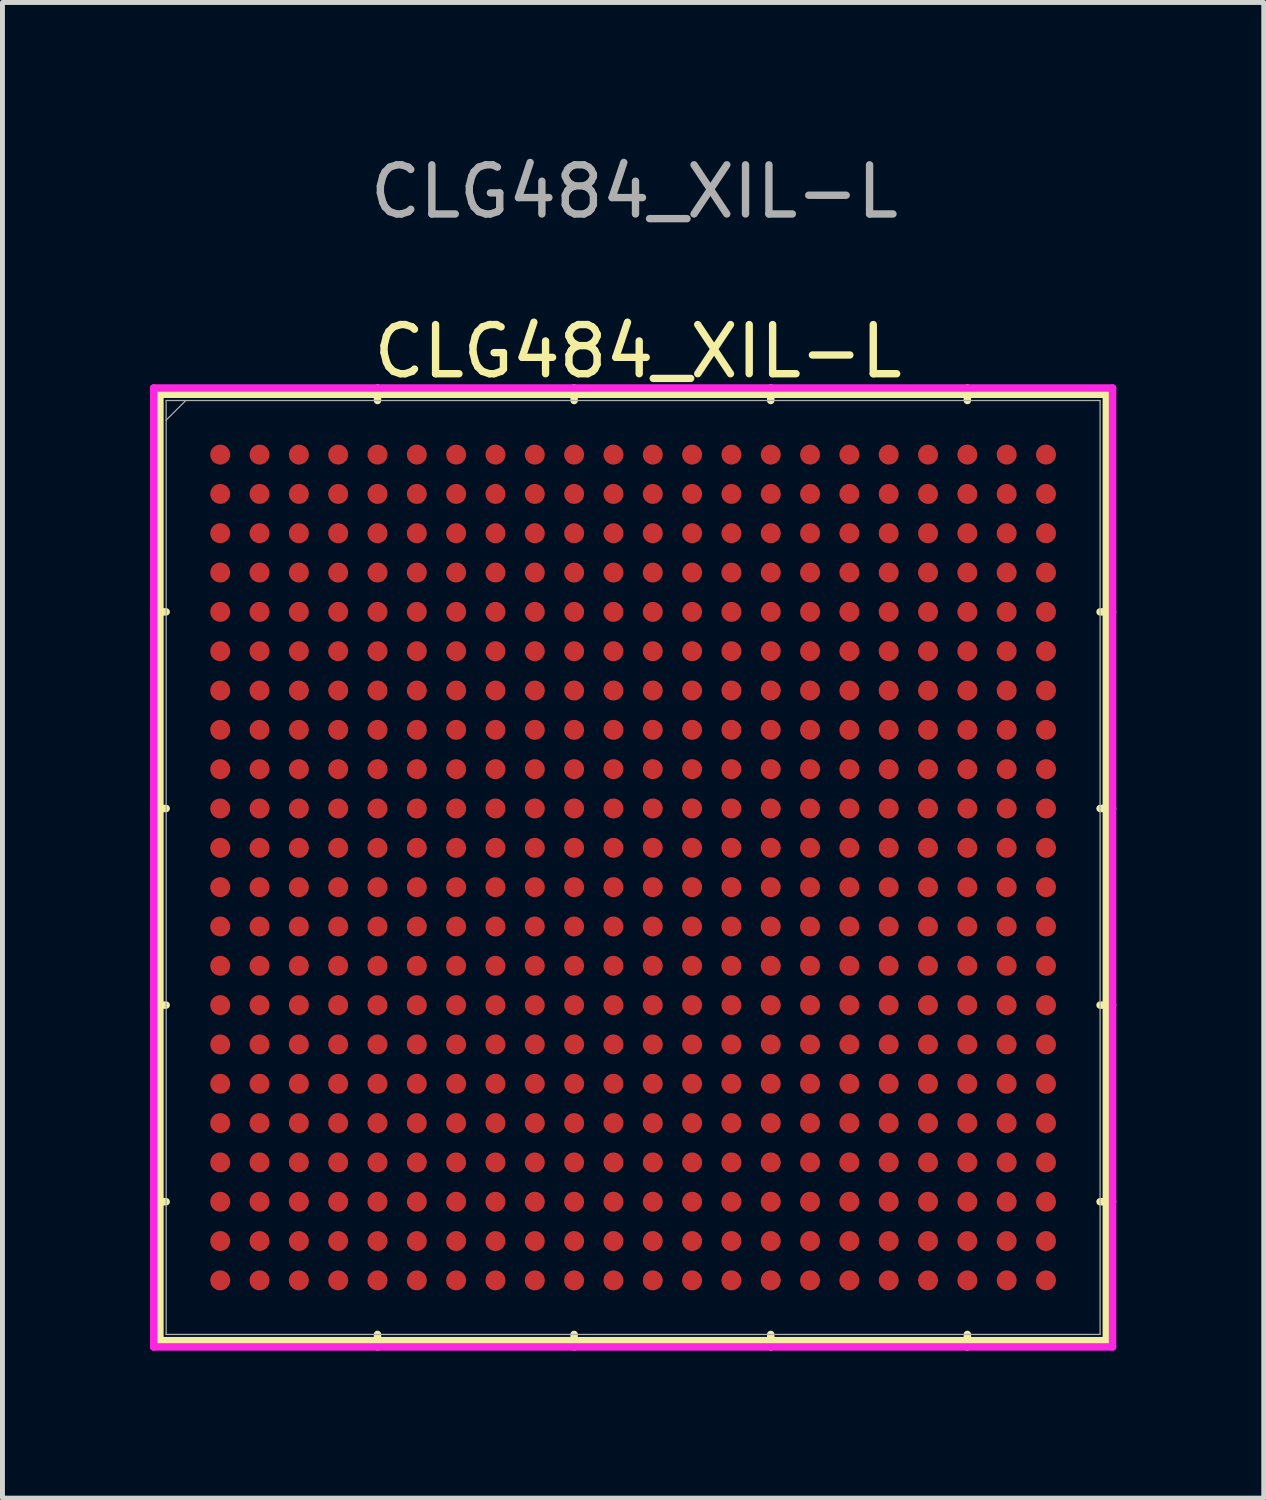
<source format=kicad_pcb>
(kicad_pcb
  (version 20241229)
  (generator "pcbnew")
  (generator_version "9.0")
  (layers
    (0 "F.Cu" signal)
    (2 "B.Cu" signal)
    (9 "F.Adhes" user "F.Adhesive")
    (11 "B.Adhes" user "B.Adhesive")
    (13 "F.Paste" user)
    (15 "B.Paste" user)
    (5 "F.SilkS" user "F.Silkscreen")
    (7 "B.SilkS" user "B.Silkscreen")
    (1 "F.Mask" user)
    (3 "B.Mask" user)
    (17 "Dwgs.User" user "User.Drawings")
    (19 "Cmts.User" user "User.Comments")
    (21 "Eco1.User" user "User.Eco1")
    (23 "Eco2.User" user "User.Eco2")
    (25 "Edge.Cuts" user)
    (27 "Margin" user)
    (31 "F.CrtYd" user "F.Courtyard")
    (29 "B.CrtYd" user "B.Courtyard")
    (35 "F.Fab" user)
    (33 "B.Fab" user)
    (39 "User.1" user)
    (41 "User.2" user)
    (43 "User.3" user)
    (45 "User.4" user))
  (footprint "CLG484_XIL-L"
    (layer "F.Cu")
    (at 9.83 14.598)
    (property "Reference" "CLG484_XIL-L" (at 0.1 -10.5 0) (unlocked yes) (layer "F.SilkS") (effects (font (size 1 1) (thickness 0.15))))
    (attr smd)
    (fp_line (start -9.627 -9.627) (end -9.627 9.627) (stroke (width 0.152) (type solid)) (layer "F.SilkS"))
    (fp_line (start -9.627 9.627) (end 9.627 9.627) (stroke (width 0.152) (type solid)) (layer "F.SilkS"))
    (fp_line (start -9.5 -5.2) (end -9.754 -5.2) (stroke (width 0.152) (type solid)) (layer "F.SilkS"))
    (fp_line (start -9.5 -1.2) (end -9.754 -1.2) (stroke (width 0.152) (type solid)) (layer "F.SilkS"))
    (fp_line (start -9.5 2.8) (end -9.754 2.8) (stroke (width 0.152) (type solid)) (layer "F.SilkS"))
    (fp_line (start -9.5 6.8) (end -9.754 6.8) (stroke (width 0.152) (type solid)) (layer "F.SilkS"))
    (fp_line (start -5.2 -9.5) (end -5.2 -9.754) (stroke (width 0.152) (type solid)) (layer "F.SilkS"))
    (fp_line (start -5.2 9.5) (end -5.2 9.754) (stroke (width 0.152) (type solid)) (layer "F.SilkS"))
    (fp_line (start -1.2 -9.5) (end -1.2 -9.754) (stroke (width 0.152) (type solid)) (layer "F.SilkS"))
    (fp_line (start -1.2 9.5) (end -1.2 9.754) (stroke (width 0.152) (type solid)) (layer "F.SilkS"))
    (fp_line (start 2.8 -9.5) (end 2.8 -9.754) (stroke (width 0.152) (type solid)) (layer "F.SilkS"))
    (fp_line (start 2.8 9.5) (end 2.8 9.754) (stroke (width 0.152) (type solid)) (layer "F.SilkS"))
    (fp_line (start 6.8 -9.5) (end 6.8 -9.754) (stroke (width 0.152) (type solid)) (layer "F.SilkS"))
    (fp_line (start 6.8 9.5) (end 6.8 9.754) (stroke (width 0.152) (type solid)) (layer "F.SilkS"))
    (fp_line (start 9.5 -5.2) (end 9.754 -5.2) (stroke (width 0.152) (type solid)) (layer "F.SilkS"))
    (fp_line (start 9.5 -1.2) (end 9.754 -1.2) (stroke (width 0.152) (type solid)) (layer "F.SilkS"))
    (fp_line (start 9.5 2.8) (end 9.754 2.8) (stroke (width 0.152) (type solid)) (layer "F.SilkS"))
    (fp_line (start 9.5 6.8) (end 9.754 6.8) (stroke (width 0.152) (type solid)) (layer "F.SilkS"))
    (fp_line (start 9.627 -9.627) (end -9.627 -9.627) (stroke (width 0.152) (type solid)) (layer "F.SilkS"))
    (fp_line (start 9.627 9.627) (end 9.627 -9.627) (stroke (width 0.152) (type solid)) (layer "F.SilkS"))
    (fp_line (start -9.754 -9.754) (end 9.754 -9.754) (stroke (width 0.152) (type solid)) (layer "F.CrtYd"))
    (fp_line (start -9.754 9.754) (end -9.754 -9.754) (stroke (width 0.152) (type solid)) (layer "F.CrtYd"))
    (fp_line (start 9.754 -9.754) (end 9.754 9.754) (stroke (width 0.152) (type solid)) (layer "F.CrtYd"))
    (fp_line (start 9.754 9.754) (end -9.754 9.754) (stroke (width 0.152) (type solid)) (layer "F.CrtYd"))
    (fp_line (start -9.5 -9.5) (end -9.5 9.5) (stroke (width 0.025) (type solid)) (layer "F.Fab"))
    (fp_line (start -9.5 9.5) (end 9.5 9.5) (stroke (width 0.025) (type solid)) (layer "F.Fab"))
    (fp_line (start -9.1 -9.5) (end -9.5 -9.1) (stroke (width 0.025) (type solid)) (layer "F.Fab"))
    (fp_line (start 9.5 -9.5) (end -9.5 -9.5) (stroke (width 0.025) (type solid)) (layer "F.Fab"))
    (fp_line (start 9.5 9.5) (end 9.5 -9.5) (stroke (width 0.025) (type solid)) (layer "F.Fab"))
    (fp_text user "${REFERENCE}" (at 0.025 -13.75 0) (unlocked yes) (layer "F.Fab") (effects (font (size 1 1) (thickness 0.15))))
    (pad "A1" smd circle (at -8.4 -8.4) (size 0.406 0.406) (layers "F.Cu" "F.Mask" "F.Paste"))
    (pad "A2" smd circle (at -7.6 -8.4) (size 0.406 0.406) (layers "F.Cu" "F.Mask" "F.Paste"))
    (pad "A3" smd circle (at -6.8 -8.4) (size 0.406 0.406) (layers "F.Cu" "F.Mask" "F.Paste"))
    (pad "A4" smd circle (at -6 -8.4) (size 0.406 0.406) (layers "F.Cu" "F.Mask" "F.Paste"))
    (pad "A5" smd circle (at -5.2 -8.4) (size 0.406 0.406) (layers "F.Cu" "F.Mask" "F.Paste"))
    (pad "A6" smd circle (at -4.4 -8.4) (size 0.406 0.406) (layers "F.Cu" "F.Mask" "F.Paste"))
    (pad "A7" smd circle (at -3.6 -8.4) (size 0.406 0.406) (layers "F.Cu" "F.Mask" "F.Paste"))
    (pad "A8" smd circle (at -2.8 -8.4) (size 0.406 0.406) (layers "F.Cu" "F.Mask" "F.Paste"))
    (pad "A9" smd circle (at -2 -8.4) (size 0.406 0.406) (layers "F.Cu" "F.Mask" "F.Paste"))
    (pad "A10" smd circle (at -1.2 -8.4) (size 0.406 0.406) (layers "F.Cu" "F.Mask" "F.Paste"))
    (pad "A11" smd circle (at -0.4 -8.4) (size 0.406 0.406) (layers "F.Cu" "F.Mask" "F.Paste"))
    (pad "A12" smd circle (at 0.4 -8.4) (size 0.406 0.406) (layers "F.Cu" "F.Mask" "F.Paste"))
    (pad "A13" smd circle (at 1.2 -8.4) (size 0.406 0.406) (layers "F.Cu" "F.Mask" "F.Paste"))
    (pad "A14" smd circle (at 2 -8.4) (size 0.406 0.406) (layers "F.Cu" "F.Mask" "F.Paste"))
    (pad "A15" smd circle (at 2.8 -8.4) (size 0.406 0.406) (layers "F.Cu" "F.Mask" "F.Paste"))
    (pad "A16" smd circle (at 3.6 -8.4) (size 0.406 0.406) (layers "F.Cu" "F.Mask" "F.Paste"))
    (pad "A17" smd circle (at 4.4 -8.4) (size 0.406 0.406) (layers "F.Cu" "F.Mask" "F.Paste"))
    (pad "A18" smd circle (at 5.2 -8.4) (size 0.406 0.406) (layers "F.Cu" "F.Mask" "F.Paste"))
    (pad "A19" smd circle (at 6 -8.4) (size 0.406 0.406) (layers "F.Cu" "F.Mask" "F.Paste"))
    (pad "A20" smd circle (at 6.8 -8.4) (size 0.406 0.406) (layers "F.Cu" "F.Mask" "F.Paste"))
    (pad "A21" smd circle (at 7.6 -8.4) (size 0.406 0.406) (layers "F.Cu" "F.Mask" "F.Paste"))
    (pad "A22" smd circle (at 8.4 -8.4) (size 0.406 0.406) (layers "F.Cu" "F.Mask" "F.Paste"))
    (pad "AA1" smd circle (at -8.4 7.6) (size 0.406 0.406) (layers "F.Cu" "F.Mask" "F.Paste"))
    (pad "AA2" smd circle (at -7.6 7.6) (size 0.406 0.406) (layers "F.Cu" "F.Mask" "F.Paste"))
    (pad "AA3" smd circle (at -6.8 7.6) (size 0.406 0.406) (layers "F.Cu" "F.Mask" "F.Paste"))
    (pad "AA4" smd circle (at -6 7.6) (size 0.406 0.406) (layers "F.Cu" "F.Mask" "F.Paste"))
    (pad "AA5" smd circle (at -5.2 7.6) (size 0.406 0.406) (layers "F.Cu" "F.Mask" "F.Paste"))
    (pad "AA6" smd circle (at -4.4 7.6) (size 0.406 0.406) (layers "F.Cu" "F.Mask" "F.Paste"))
    (pad "AA7" smd circle (at -3.6 7.6) (size 0.406 0.406) (layers "F.Cu" "F.Mask" "F.Paste"))
    (pad "AA8" smd circle (at -2.8 7.6) (size 0.406 0.406) (layers "F.Cu" "F.Mask" "F.Paste"))
    (pad "AA9" smd circle (at -2 7.6) (size 0.406 0.406) (layers "F.Cu" "F.Mask" "F.Paste"))
    (pad "AA10" smd circle (at -1.2 7.6) (size 0.406 0.406) (layers "F.Cu" "F.Mask" "F.Paste"))
    (pad "AA11" smd circle (at -0.4 7.6) (size 0.406 0.406) (layers "F.Cu" "F.Mask" "F.Paste"))
    (pad "AA12" smd circle (at 0.4 7.6) (size 0.406 0.406) (layers "F.Cu" "F.Mask" "F.Paste"))
    (pad "AA13" smd circle (at 1.2 7.6) (size 0.406 0.406) (layers "F.Cu" "F.Mask" "F.Paste"))
    (pad "AA14" smd circle (at 2 7.6) (size 0.406 0.406) (layers "F.Cu" "F.Mask" "F.Paste"))
    (pad "AA15" smd circle (at 2.8 7.6) (size 0.406 0.406) (layers "F.Cu" "F.Mask" "F.Paste"))
    (pad "AA16" smd circle (at 3.6 7.6) (size 0.406 0.406) (layers "F.Cu" "F.Mask" "F.Paste"))
    (pad "AA17" smd circle (at 4.4 7.6) (size 0.406 0.406) (layers "F.Cu" "F.Mask" "F.Paste"))
    (pad "AA18" smd circle (at 5.2 7.6) (size 0.406 0.406) (layers "F.Cu" "F.Mask" "F.Paste"))
    (pad "AA19" smd circle (at 6 7.6) (size 0.406 0.406) (layers "F.Cu" "F.Mask" "F.Paste"))
    (pad "AA20" smd circle (at 6.8 7.6) (size 0.406 0.406) (layers "F.Cu" "F.Mask" "F.Paste"))
    (pad "AA21" smd circle (at 7.6 7.6) (size 0.406 0.406) (layers "F.Cu" "F.Mask" "F.Paste"))
    (pad "AA22" smd circle (at 8.4 7.6) (size 0.406 0.406) (layers "F.Cu" "F.Mask" "F.Paste"))
    (pad "AB1" smd circle (at -8.4 8.4) (size 0.406 0.406) (layers "F.Cu" "F.Mask" "F.Paste"))
    (pad "AB2" smd circle (at -7.6 8.4) (size 0.406 0.406) (layers "F.Cu" "F.Mask" "F.Paste"))
    (pad "AB3" smd circle (at -6.8 8.4) (size 0.406 0.406) (layers "F.Cu" "F.Mask" "F.Paste"))
    (pad "AB4" smd circle (at -6 8.4) (size 0.406 0.406) (layers "F.Cu" "F.Mask" "F.Paste"))
    (pad "AB5" smd circle (at -5.2 8.4) (size 0.406 0.406) (layers "F.Cu" "F.Mask" "F.Paste"))
    (pad "AB6" smd circle (at -4.4 8.4) (size 0.406 0.406) (layers "F.Cu" "F.Mask" "F.Paste"))
    (pad "AB7" smd circle (at -3.6 8.4) (size 0.406 0.406) (layers "F.Cu" "F.Mask" "F.Paste"))
    (pad "AB8" smd circle (at -2.8 8.4) (size 0.406 0.406) (layers "F.Cu" "F.Mask" "F.Paste"))
    (pad "AB9" smd circle (at -2 8.4) (size 0.406 0.406) (layers "F.Cu" "F.Mask" "F.Paste"))
    (pad "AB10" smd circle (at -1.2 8.4) (size 0.406 0.406) (layers "F.Cu" "F.Mask" "F.Paste"))
    (pad "AB11" smd circle (at -0.4 8.4) (size 0.406 0.406) (layers "F.Cu" "F.Mask" "F.Paste"))
    (pad "AB12" smd circle (at 0.4 8.4) (size 0.406 0.406) (layers "F.Cu" "F.Mask" "F.Paste"))
    (pad "AB13" smd circle (at 1.2 8.4) (size 0.406 0.406) (layers "F.Cu" "F.Mask" "F.Paste"))
    (pad "AB14" smd circle (at 2 8.4) (size 0.406 0.406) (layers "F.Cu" "F.Mask" "F.Paste"))
    (pad "AB15" smd circle (at 2.8 8.4) (size 0.406 0.406) (layers "F.Cu" "F.Mask" "F.Paste"))
    (pad "AB16" smd circle (at 3.6 8.4) (size 0.406 0.406) (layers "F.Cu" "F.Mask" "F.Paste"))
    (pad "AB17" smd circle (at 4.4 8.4) (size 0.406 0.406) (layers "F.Cu" "F.Mask" "F.Paste"))
    (pad "AB18" smd circle (at 5.2 8.4) (size 0.406 0.406) (layers "F.Cu" "F.Mask" "F.Paste"))
    (pad "AB19" smd circle (at 6 8.4) (size 0.406 0.406) (layers "F.Cu" "F.Mask" "F.Paste"))
    (pad "AB20" smd circle (at 6.8 8.4) (size 0.406 0.406) (layers "F.Cu" "F.Mask" "F.Paste"))
    (pad "AB21" smd circle (at 7.6 8.4) (size 0.406 0.406) (layers "F.Cu" "F.Mask" "F.Paste"))
    (pad "AB22" smd circle (at 8.4 8.4) (size 0.406 0.406) (layers "F.Cu" "F.Mask" "F.Paste"))
    (pad "B1" smd circle (at -8.4 -7.6) (size 0.406 0.406) (layers "F.Cu" "F.Mask" "F.Paste"))
    (pad "B2" smd circle (at -7.6 -7.6) (size 0.406 0.406) (layers "F.Cu" "F.Mask" "F.Paste"))
    (pad "B3" smd circle (at -6.8 -7.6) (size 0.406 0.406) (layers "F.Cu" "F.Mask" "F.Paste"))
    (pad "B4" smd circle (at -6 -7.6) (size 0.406 0.406) (layers "F.Cu" "F.Mask" "F.Paste"))
    (pad "B5" smd circle (at -5.2 -7.6) (size 0.406 0.406) (layers "F.Cu" "F.Mask" "F.Paste"))
    (pad "B6" smd circle (at -4.4 -7.6) (size 0.406 0.406) (layers "F.Cu" "F.Mask" "F.Paste"))
    (pad "B7" smd circle (at -3.6 -7.6) (size 0.406 0.406) (layers "F.Cu" "F.Mask" "F.Paste"))
    (pad "B8" smd circle (at -2.8 -7.6) (size 0.406 0.406) (layers "F.Cu" "F.Mask" "F.Paste"))
    (pad "B9" smd circle (at -2 -7.6) (size 0.406 0.406) (layers "F.Cu" "F.Mask" "F.Paste"))
    (pad "B10" smd circle (at -1.2 -7.6) (size 0.406 0.406) (layers "F.Cu" "F.Mask" "F.Paste"))
    (pad "B11" smd circle (at -0.4 -7.6) (size 0.406 0.406) (layers "F.Cu" "F.Mask" "F.Paste"))
    (pad "B12" smd circle (at 0.4 -7.6) (size 0.406 0.406) (layers "F.Cu" "F.Mask" "F.Paste"))
    (pad "B13" smd circle (at 1.2 -7.6) (size 0.406 0.406) (layers "F.Cu" "F.Mask" "F.Paste"))
    (pad "B14" smd circle (at 2 -7.6) (size 0.406 0.406) (layers "F.Cu" "F.Mask" "F.Paste"))
    (pad "B15" smd circle (at 2.8 -7.6) (size 0.406 0.406) (layers "F.Cu" "F.Mask" "F.Paste"))
    (pad "B16" smd circle (at 3.6 -7.6) (size 0.406 0.406) (layers "F.Cu" "F.Mask" "F.Paste"))
    (pad "B17" smd circle (at 4.4 -7.6) (size 0.406 0.406) (layers "F.Cu" "F.Mask" "F.Paste"))
    (pad "B18" smd circle (at 5.2 -7.6) (size 0.406 0.406) (layers "F.Cu" "F.Mask" "F.Paste"))
    (pad "B19" smd circle (at 6 -7.6) (size 0.406 0.406) (layers "F.Cu" "F.Mask" "F.Paste"))
    (pad "B20" smd circle (at 6.8 -7.6) (size 0.406 0.406) (layers "F.Cu" "F.Mask" "F.Paste"))
    (pad "B21" smd circle (at 7.6 -7.6) (size 0.406 0.406) (layers "F.Cu" "F.Mask" "F.Paste"))
    (pad "B22" smd circle (at 8.4 -7.6) (size 0.406 0.406) (layers "F.Cu" "F.Mask" "F.Paste"))
    (pad "C1" smd circle (at -8.4 -6.8) (size 0.406 0.406) (layers "F.Cu" "F.Mask" "F.Paste"))
    (pad "C2" smd circle (at -7.6 -6.8) (size 0.406 0.406) (layers "F.Cu" "F.Mask" "F.Paste"))
    (pad "C3" smd circle (at -6.8 -6.8) (size 0.406 0.406) (layers "F.Cu" "F.Mask" "F.Paste"))
    (pad "C4" smd circle (at -6 -6.8) (size 0.406 0.406) (layers "F.Cu" "F.Mask" "F.Paste"))
    (pad "C5" smd circle (at -5.2 -6.8) (size 0.406 0.406) (layers "F.Cu" "F.Mask" "F.Paste"))
    (pad "C6" smd circle (at -4.4 -6.8) (size 0.406 0.406) (layers "F.Cu" "F.Mask" "F.Paste"))
    (pad "C7" smd circle (at -3.6 -6.8) (size 0.406 0.406) (layers "F.Cu" "F.Mask" "F.Paste"))
    (pad "C8" smd circle (at -2.8 -6.8) (size 0.406 0.406) (layers "F.Cu" "F.Mask" "F.Paste"))
    (pad "C9" smd circle (at -2 -6.8) (size 0.406 0.406) (layers "F.Cu" "F.Mask" "F.Paste"))
    (pad "C10" smd circle (at -1.2 -6.8) (size 0.406 0.406) (layers "F.Cu" "F.Mask" "F.Paste"))
    (pad "C11" smd circle (at -0.4 -6.8) (size 0.406 0.406) (layers "F.Cu" "F.Mask" "F.Paste"))
    (pad "C12" smd circle (at 0.4 -6.8) (size 0.406 0.406) (layers "F.Cu" "F.Mask" "F.Paste"))
    (pad "C13" smd circle (at 1.2 -6.8) (size 0.406 0.406) (layers "F.Cu" "F.Mask" "F.Paste"))
    (pad "C14" smd circle (at 2 -6.8) (size 0.406 0.406) (layers "F.Cu" "F.Mask" "F.Paste"))
    (pad "C15" smd circle (at 2.8 -6.8) (size 0.406 0.406) (layers "F.Cu" "F.Mask" "F.Paste"))
    (pad "C16" smd circle (at 3.6 -6.8) (size 0.406 0.406) (layers "F.Cu" "F.Mask" "F.Paste"))
    (pad "C17" smd circle (at 4.4 -6.8) (size 0.406 0.406) (layers "F.Cu" "F.Mask" "F.Paste"))
    (pad "C18" smd circle (at 5.2 -6.8) (size 0.406 0.406) (layers "F.Cu" "F.Mask" "F.Paste"))
    (pad "C19" smd circle (at 6 -6.8) (size 0.406 0.406) (layers "F.Cu" "F.Mask" "F.Paste"))
    (pad "C20" smd circle (at 6.8 -6.8) (size 0.406 0.406) (layers "F.Cu" "F.Mask" "F.Paste"))
    (pad "C21" smd circle (at 7.6 -6.8) (size 0.406 0.406) (layers "F.Cu" "F.Mask" "F.Paste"))
    (pad "C22" smd circle (at 8.4 -6.8) (size 0.406 0.406) (layers "F.Cu" "F.Mask" "F.Paste"))
    (pad "D1" smd circle (at -8.4 -6) (size 0.406 0.406) (layers "F.Cu" "F.Mask" "F.Paste"))
    (pad "D2" smd circle (at -7.6 -6) (size 0.406 0.406) (layers "F.Cu" "F.Mask" "F.Paste"))
    (pad "D3" smd circle (at -6.8 -6) (size 0.406 0.406) (layers "F.Cu" "F.Mask" "F.Paste"))
    (pad "D4" smd circle (at -6 -6) (size 0.406 0.406) (layers "F.Cu" "F.Mask" "F.Paste"))
    (pad "D5" smd circle (at -5.2 -6) (size 0.406 0.406) (layers "F.Cu" "F.Mask" "F.Paste"))
    (pad "D6" smd circle (at -4.4 -6) (size 0.406 0.406) (layers "F.Cu" "F.Mask" "F.Paste"))
    (pad "D7" smd circle (at -3.6 -6) (size 0.406 0.406) (layers "F.Cu" "F.Mask" "F.Paste"))
    (pad "D8" smd circle (at -2.8 -6) (size 0.406 0.406) (layers "F.Cu" "F.Mask" "F.Paste"))
    (pad "D9" smd circle (at -2 -6) (size 0.406 0.406) (layers "F.Cu" "F.Mask" "F.Paste"))
    (pad "D10" smd circle (at -1.2 -6) (size 0.406 0.406) (layers "F.Cu" "F.Mask" "F.Paste"))
    (pad "D11" smd circle (at -0.4 -6) (size 0.406 0.406) (layers "F.Cu" "F.Mask" "F.Paste"))
    (pad "D12" smd circle (at 0.4 -6) (size 0.406 0.406) (layers "F.Cu" "F.Mask" "F.Paste"))
    (pad "D13" smd circle (at 1.2 -6) (size 0.406 0.406) (layers "F.Cu" "F.Mask" "F.Paste"))
    (pad "D14" smd circle (at 2 -6) (size 0.406 0.406) (layers "F.Cu" "F.Mask" "F.Paste"))
    (pad "D15" smd circle (at 2.8 -6) (size 0.406 0.406) (layers "F.Cu" "F.Mask" "F.Paste"))
    (pad "D16" smd circle (at 3.6 -6) (size 0.406 0.406) (layers "F.Cu" "F.Mask" "F.Paste"))
    (pad "D17" smd circle (at 4.4 -6) (size 0.406 0.406) (layers "F.Cu" "F.Mask" "F.Paste"))
    (pad "D18" smd circle (at 5.2 -6) (size 0.406 0.406) (layers "F.Cu" "F.Mask" "F.Paste"))
    (pad "D19" smd circle (at 6 -6) (size 0.406 0.406) (layers "F.Cu" "F.Mask" "F.Paste"))
    (pad "D20" smd circle (at 6.8 -6) (size 0.406 0.406) (layers "F.Cu" "F.Mask" "F.Paste"))
    (pad "D21" smd circle (at 7.6 -6) (size 0.406 0.406) (layers "F.Cu" "F.Mask" "F.Paste"))
    (pad "D22" smd circle (at 8.4 -6) (size 0.406 0.406) (layers "F.Cu" "F.Mask" "F.Paste"))
    (pad "E1" smd circle (at -8.4 -5.2) (size 0.406 0.406) (layers "F.Cu" "F.Mask" "F.Paste"))
    (pad "E2" smd circle (at -7.6 -5.2) (size 0.406 0.406) (layers "F.Cu" "F.Mask" "F.Paste"))
    (pad "E3" smd circle (at -6.8 -5.2) (size 0.406 0.406) (layers "F.Cu" "F.Mask" "F.Paste"))
    (pad "E4" smd circle (at -6 -5.2) (size 0.406 0.406) (layers "F.Cu" "F.Mask" "F.Paste"))
    (pad "E5" smd circle (at -5.2 -5.2) (size 0.406 0.406) (layers "F.Cu" "F.Mask" "F.Paste"))
    (pad "E6" smd circle (at -4.4 -5.2) (size 0.406 0.406) (layers "F.Cu" "F.Mask" "F.Paste"))
    (pad "E7" smd circle (at -3.6 -5.2) (size 0.406 0.406) (layers "F.Cu" "F.Mask" "F.Paste"))
    (pad "E8" smd circle (at -2.8 -5.2) (size 0.406 0.406) (layers "F.Cu" "F.Mask" "F.Paste"))
    (pad "E9" smd circle (at -2 -5.2) (size 0.406 0.406) (layers "F.Cu" "F.Mask" "F.Paste"))
    (pad "E10" smd circle (at -1.2 -5.2) (size 0.406 0.406) (layers "F.Cu" "F.Mask" "F.Paste"))
    (pad "E11" smd circle (at -0.4 -5.2) (size 0.406 0.406) (layers "F.Cu" "F.Mask" "F.Paste"))
    (pad "E12" smd circle (at 0.4 -5.2) (size 0.406 0.406) (layers "F.Cu" "F.Mask" "F.Paste"))
    (pad "E13" smd circle (at 1.2 -5.2) (size 0.406 0.406) (layers "F.Cu" "F.Mask" "F.Paste"))
    (pad "E14" smd circle (at 2 -5.2) (size 0.406 0.406) (layers "F.Cu" "F.Mask" "F.Paste"))
    (pad "E15" smd circle (at 2.8 -5.2) (size 0.406 0.406) (layers "F.Cu" "F.Mask" "F.Paste"))
    (pad "E16" smd circle (at 3.6 -5.2) (size 0.406 0.406) (layers "F.Cu" "F.Mask" "F.Paste"))
    (pad "E17" smd circle (at 4.4 -5.2) (size 0.406 0.406) (layers "F.Cu" "F.Mask" "F.Paste"))
    (pad "E18" smd circle (at 5.2 -5.2) (size 0.406 0.406) (layers "F.Cu" "F.Mask" "F.Paste"))
    (pad "E19" smd circle (at 6 -5.2) (size 0.406 0.406) (layers "F.Cu" "F.Mask" "F.Paste"))
    (pad "E20" smd circle (at 6.8 -5.2) (size 0.406 0.406) (layers "F.Cu" "F.Mask" "F.Paste"))
    (pad "E21" smd circle (at 7.6 -5.2) (size 0.406 0.406) (layers "F.Cu" "F.Mask" "F.Paste"))
    (pad "E22" smd circle (at 8.4 -5.2) (size 0.406 0.406) (layers "F.Cu" "F.Mask" "F.Paste"))
    (pad "F1" smd circle (at -8.4 -4.4) (size 0.406 0.406) (layers "F.Cu" "F.Mask" "F.Paste"))
    (pad "F2" smd circle (at -7.6 -4.4) (size 0.406 0.406) (layers "F.Cu" "F.Mask" "F.Paste"))
    (pad "F3" smd circle (at -6.8 -4.4) (size 0.406 0.406) (layers "F.Cu" "F.Mask" "F.Paste"))
    (pad "F4" smd circle (at -6 -4.4) (size 0.406 0.406) (layers "F.Cu" "F.Mask" "F.Paste"))
    (pad "F5" smd circle (at -5.2 -4.4) (size 0.406 0.406) (layers "F.Cu" "F.Mask" "F.Paste"))
    (pad "F6" smd circle (at -4.4 -4.4) (size 0.406 0.406) (layers "F.Cu" "F.Mask" "F.Paste"))
    (pad "F7" smd circle (at -3.6 -4.4) (size 0.406 0.406) (layers "F.Cu" "F.Mask" "F.Paste"))
    (pad "F8" smd circle (at -2.8 -4.4) (size 0.406 0.406) (layers "F.Cu" "F.Mask" "F.Paste"))
    (pad "F9" smd circle (at -2 -4.4) (size 0.406 0.406) (layers "F.Cu" "F.Mask" "F.Paste"))
    (pad "F10" smd circle (at -1.2 -4.4) (size 0.406 0.406) (layers "F.Cu" "F.Mask" "F.Paste"))
    (pad "F11" smd circle (at -0.4 -4.4) (size 0.406 0.406) (layers "F.Cu" "F.Mask" "F.Paste"))
    (pad "F12" smd circle (at 0.4 -4.4) (size 0.406 0.406) (layers "F.Cu" "F.Mask" "F.Paste"))
    (pad "F13" smd circle (at 1.2 -4.4) (size 0.406 0.406) (layers "F.Cu" "F.Mask" "F.Paste"))
    (pad "F14" smd circle (at 2 -4.4) (size 0.406 0.406) (layers "F.Cu" "F.Mask" "F.Paste"))
    (pad "F15" smd circle (at 2.8 -4.4) (size 0.406 0.406) (layers "F.Cu" "F.Mask" "F.Paste"))
    (pad "F16" smd circle (at 3.6 -4.4) (size 0.406 0.406) (layers "F.Cu" "F.Mask" "F.Paste"))
    (pad "F17" smd circle (at 4.4 -4.4) (size 0.406 0.406) (layers "F.Cu" "F.Mask" "F.Paste"))
    (pad "F18" smd circle (at 5.2 -4.4) (size 0.406 0.406) (layers "F.Cu" "F.Mask" "F.Paste"))
    (pad "F19" smd circle (at 6 -4.4) (size 0.406 0.406) (layers "F.Cu" "F.Mask" "F.Paste"))
    (pad "F20" smd circle (at 6.8 -4.4) (size 0.406 0.406) (layers "F.Cu" "F.Mask" "F.Paste"))
    (pad "F21" smd circle (at 7.6 -4.4) (size 0.406 0.406) (layers "F.Cu" "F.Mask" "F.Paste"))
    (pad "F22" smd circle (at 8.4 -4.4) (size 0.406 0.406) (layers "F.Cu" "F.Mask" "F.Paste"))
    (pad "G1" smd circle (at -8.4 -3.6) (size 0.406 0.406) (layers "F.Cu" "F.Mask" "F.Paste"))
    (pad "G2" smd circle (at -7.6 -3.6) (size 0.406 0.406) (layers "F.Cu" "F.Mask" "F.Paste"))
    (pad "G3" smd circle (at -6.8 -3.6) (size 0.406 0.406) (layers "F.Cu" "F.Mask" "F.Paste"))
    (pad "G4" smd circle (at -6 -3.6) (size 0.406 0.406) (layers "F.Cu" "F.Mask" "F.Paste"))
    (pad "G5" smd circle (at -5.2 -3.6) (size 0.406 0.406) (layers "F.Cu" "F.Mask" "F.Paste"))
    (pad "G6" smd circle (at -4.4 -3.6) (size 0.406 0.406) (layers "F.Cu" "F.Mask" "F.Paste"))
    (pad "G7" smd circle (at -3.6 -3.6) (size 0.406 0.406) (layers "F.Cu" "F.Mask" "F.Paste"))
    (pad "G8" smd circle (at -2.8 -3.6) (size 0.406 0.406) (layers "F.Cu" "F.Mask" "F.Paste"))
    (pad "G9" smd circle (at -2 -3.6) (size 0.406 0.406) (layers "F.Cu" "F.Mask" "F.Paste"))
    (pad "G10" smd circle (at -1.2 -3.6) (size 0.406 0.406) (layers "F.Cu" "F.Mask" "F.Paste"))
    (pad "G11" smd circle (at -0.4 -3.6) (size 0.406 0.406) (layers "F.Cu" "F.Mask" "F.Paste"))
    (pad "G12" smd circle (at 0.4 -3.6) (size 0.406 0.406) (layers "F.Cu" "F.Mask" "F.Paste"))
    (pad "G13" smd circle (at 1.2 -3.6) (size 0.406 0.406) (layers "F.Cu" "F.Mask" "F.Paste"))
    (pad "G14" smd circle (at 2 -3.6) (size 0.406 0.406) (layers "F.Cu" "F.Mask" "F.Paste"))
    (pad "G15" smd circle (at 2.8 -3.6) (size 0.406 0.406) (layers "F.Cu" "F.Mask" "F.Paste"))
    (pad "G16" smd circle (at 3.6 -3.6) (size 0.406 0.406) (layers "F.Cu" "F.Mask" "F.Paste"))
    (pad "G17" smd circle (at 4.4 -3.6) (size 0.406 0.406) (layers "F.Cu" "F.Mask" "F.Paste"))
    (pad "G18" smd circle (at 5.2 -3.6) (size 0.406 0.406) (layers "F.Cu" "F.Mask" "F.Paste"))
    (pad "G19" smd circle (at 6 -3.6) (size 0.406 0.406) (layers "F.Cu" "F.Mask" "F.Paste"))
    (pad "G20" smd circle (at 6.8 -3.6) (size 0.406 0.406) (layers "F.Cu" "F.Mask" "F.Paste"))
    (pad "G21" smd circle (at 7.6 -3.6) (size 0.406 0.406) (layers "F.Cu" "F.Mask" "F.Paste"))
    (pad "G22" smd circle (at 8.4 -3.6) (size 0.406 0.406) (layers "F.Cu" "F.Mask" "F.Paste"))
    (pad "H1" smd circle (at -8.4 -2.8) (size 0.406 0.406) (layers "F.Cu" "F.Mask" "F.Paste"))
    (pad "H2" smd circle (at -7.6 -2.8) (size 0.406 0.406) (layers "F.Cu" "F.Mask" "F.Paste"))
    (pad "H3" smd circle (at -6.8 -2.8) (size 0.406 0.406) (layers "F.Cu" "F.Mask" "F.Paste"))
    (pad "H4" smd circle (at -6 -2.8) (size 0.406 0.406) (layers "F.Cu" "F.Mask" "F.Paste"))
    (pad "H5" smd circle (at -5.2 -2.8) (size 0.406 0.406) (layers "F.Cu" "F.Mask" "F.Paste"))
    (pad "H6" smd circle (at -4.4 -2.8) (size 0.406 0.406) (layers "F.Cu" "F.Mask" "F.Paste"))
    (pad "H7" smd circle (at -3.6 -2.8) (size 0.406 0.406) (layers "F.Cu" "F.Mask" "F.Paste"))
    (pad "H8" smd circle (at -2.8 -2.8) (size 0.406 0.406) (layers "F.Cu" "F.Mask" "F.Paste"))
    (pad "H9" smd circle (at -2 -2.8) (size 0.406 0.406) (layers "F.Cu" "F.Mask" "F.Paste"))
    (pad "H10" smd circle (at -1.2 -2.8) (size 0.406 0.406) (layers "F.Cu" "F.Mask" "F.Paste"))
    (pad "H11" smd circle (at -0.4 -2.8) (size 0.406 0.406) (layers "F.Cu" "F.Mask" "F.Paste"))
    (pad "H12" smd circle (at 0.4 -2.8) (size 0.406 0.406) (layers "F.Cu" "F.Mask" "F.Paste"))
    (pad "H13" smd circle (at 1.2 -2.8) (size 0.406 0.406) (layers "F.Cu" "F.Mask" "F.Paste"))
    (pad "H14" smd circle (at 2 -2.8) (size 0.406 0.406) (layers "F.Cu" "F.Mask" "F.Paste"))
    (pad "H15" smd circle (at 2.8 -2.8) (size 0.406 0.406) (layers "F.Cu" "F.Mask" "F.Paste"))
    (pad "H16" smd circle (at 3.6 -2.8) (size 0.406 0.406) (layers "F.Cu" "F.Mask" "F.Paste"))
    (pad "H17" smd circle (at 4.4 -2.8) (size 0.406 0.406) (layers "F.Cu" "F.Mask" "F.Paste"))
    (pad "H18" smd circle (at 5.2 -2.8) (size 0.406 0.406) (layers "F.Cu" "F.Mask" "F.Paste"))
    (pad "H19" smd circle (at 6 -2.8) (size 0.406 0.406) (layers "F.Cu" "F.Mask" "F.Paste"))
    (pad "H20" smd circle (at 6.8 -2.8) (size 0.406 0.406) (layers "F.Cu" "F.Mask" "F.Paste"))
    (pad "H21" smd circle (at 7.6 -2.8) (size 0.406 0.406) (layers "F.Cu" "F.Mask" "F.Paste"))
    (pad "H22" smd circle (at 8.4 -2.8) (size 0.406 0.406) (layers "F.Cu" "F.Mask" "F.Paste"))
    (pad "J1" smd circle (at -8.4 -2) (size 0.406 0.406) (layers "F.Cu" "F.Mask" "F.Paste"))
    (pad "J2" smd circle (at -7.6 -2) (size 0.406 0.406) (layers "F.Cu" "F.Mask" "F.Paste"))
    (pad "J3" smd circle (at -6.8 -2) (size 0.406 0.406) (layers "F.Cu" "F.Mask" "F.Paste"))
    (pad "J4" smd circle (at -6 -2) (size 0.406 0.406) (layers "F.Cu" "F.Mask" "F.Paste"))
    (pad "J5" smd circle (at -5.2 -2) (size 0.406 0.406) (layers "F.Cu" "F.Mask" "F.Paste"))
    (pad "J6" smd circle (at -4.4 -2) (size 0.406 0.406) (layers "F.Cu" "F.Mask" "F.Paste"))
    (pad "J7" smd circle (at -3.6 -2) (size 0.406 0.406) (layers "F.Cu" "F.Mask" "F.Paste"))
    (pad "J8" smd circle (at -2.8 -2) (size 0.406 0.406) (layers "F.Cu" "F.Mask" "F.Paste"))
    (pad "J9" smd circle (at -2 -2) (size 0.406 0.406) (layers "F.Cu" "F.Mask" "F.Paste"))
    (pad "J10" smd circle (at -1.2 -2) (size 0.406 0.406) (layers "F.Cu" "F.Mask" "F.Paste"))
    (pad "J11" smd circle (at -0.4 -2) (size 0.406 0.406) (layers "F.Cu" "F.Mask" "F.Paste"))
    (pad "J12" smd circle (at 0.4 -2) (size 0.406 0.406) (layers "F.Cu" "F.Mask" "F.Paste"))
    (pad "J13" smd circle (at 1.2 -2) (size 0.406 0.406) (layers "F.Cu" "F.Mask" "F.Paste"))
    (pad "J14" smd circle (at 2 -2) (size 0.406 0.406) (layers "F.Cu" "F.Mask" "F.Paste"))
    (pad "J15" smd circle (at 2.8 -2) (size 0.406 0.406) (layers "F.Cu" "F.Mask" "F.Paste"))
    (pad "J16" smd circle (at 3.6 -2) (size 0.406 0.406) (layers "F.Cu" "F.Mask" "F.Paste"))
    (pad "J17" smd circle (at 4.4 -2) (size 0.406 0.406) (layers "F.Cu" "F.Mask" "F.Paste"))
    (pad "J18" smd circle (at 5.2 -2) (size 0.406 0.406) (layers "F.Cu" "F.Mask" "F.Paste"))
    (pad "J19" smd circle (at 6 -2) (size 0.406 0.406) (layers "F.Cu" "F.Mask" "F.Paste"))
    (pad "J20" smd circle (at 6.8 -2) (size 0.406 0.406) (layers "F.Cu" "F.Mask" "F.Paste"))
    (pad "J21" smd circle (at 7.6 -2) (size 0.406 0.406) (layers "F.Cu" "F.Mask" "F.Paste"))
    (pad "J22" smd circle (at 8.4 -2) (size 0.406 0.406) (layers "F.Cu" "F.Mask" "F.Paste"))
    (pad "K1" smd circle (at -8.4 -1.2) (size 0.406 0.406) (layers "F.Cu" "F.Mask" "F.Paste"))
    (pad "K2" smd circle (at -7.6 -1.2) (size 0.406 0.406) (layers "F.Cu" "F.Mask" "F.Paste"))
    (pad "K3" smd circle (at -6.8 -1.2) (size 0.406 0.406) (layers "F.Cu" "F.Mask" "F.Paste"))
    (pad "K4" smd circle (at -6 -1.2) (size 0.406 0.406) (layers "F.Cu" "F.Mask" "F.Paste"))
    (pad "K5" smd circle (at -5.2 -1.2) (size 0.406 0.406) (layers "F.Cu" "F.Mask" "F.Paste"))
    (pad "K6" smd circle (at -4.4 -1.2) (size 0.406 0.406) (layers "F.Cu" "F.Mask" "F.Paste"))
    (pad "K7" smd circle (at -3.6 -1.2) (size 0.406 0.406) (layers "F.Cu" "F.Mask" "F.Paste"))
    (pad "K8" smd circle (at -2.8 -1.2) (size 0.406 0.406) (layers "F.Cu" "F.Mask" "F.Paste"))
    (pad "K9" smd circle (at -2 -1.2) (size 0.406 0.406) (layers "F.Cu" "F.Mask" "F.Paste"))
    (pad "K10" smd circle (at -1.2 -1.2) (size 0.406 0.406) (layers "F.Cu" "F.Mask" "F.Paste"))
    (pad "K11" smd circle (at -0.4 -1.2) (size 0.406 0.406) (layers "F.Cu" "F.Mask" "F.Paste"))
    (pad "K12" smd circle (at 0.4 -1.2) (size 0.406 0.406) (layers "F.Cu" "F.Mask" "F.Paste"))
    (pad "K13" smd circle (at 1.2 -1.2) (size 0.406 0.406) (layers "F.Cu" "F.Mask" "F.Paste"))
    (pad "K14" smd circle (at 2 -1.2) (size 0.406 0.406) (layers "F.Cu" "F.Mask" "F.Paste"))
    (pad "K15" smd circle (at 2.8 -1.2) (size 0.406 0.406) (layers "F.Cu" "F.Mask" "F.Paste"))
    (pad "K16" smd circle (at 3.6 -1.2) (size 0.406 0.406) (layers "F.Cu" "F.Mask" "F.Paste"))
    (pad "K17" smd circle (at 4.4 -1.2) (size 0.406 0.406) (layers "F.Cu" "F.Mask" "F.Paste"))
    (pad "K18" smd circle (at 5.2 -1.2) (size 0.406 0.406) (layers "F.Cu" "F.Mask" "F.Paste"))
    (pad "K19" smd circle (at 6 -1.2) (size 0.406 0.406) (layers "F.Cu" "F.Mask" "F.Paste"))
    (pad "K20" smd circle (at 6.8 -1.2) (size 0.406 0.406) (layers "F.Cu" "F.Mask" "F.Paste"))
    (pad "K21" smd circle (at 7.6 -1.2) (size 0.406 0.406) (layers "F.Cu" "F.Mask" "F.Paste"))
    (pad "K22" smd circle (at 8.4 -1.2) (size 0.406 0.406) (layers "F.Cu" "F.Mask" "F.Paste"))
    (pad "L1" smd circle (at -8.4 -0.4) (size 0.406 0.406) (layers "F.Cu" "F.Mask" "F.Paste"))
    (pad "L2" smd circle (at -7.6 -0.4) (size 0.406 0.406) (layers "F.Cu" "F.Mask" "F.Paste"))
    (pad "L3" smd circle (at -6.8 -0.4) (size 0.406 0.406) (layers "F.Cu" "F.Mask" "F.Paste"))
    (pad "L4" smd circle (at -6 -0.4) (size 0.406 0.406) (layers "F.Cu" "F.Mask" "F.Paste"))
    (pad "L5" smd circle (at -5.2 -0.4) (size 0.406 0.406) (layers "F.Cu" "F.Mask" "F.Paste"))
    (pad "L6" smd circle (at -4.4 -0.4) (size 0.406 0.406) (layers "F.Cu" "F.Mask" "F.Paste"))
    (pad "L7" smd circle (at -3.6 -0.4) (size 0.406 0.406) (layers "F.Cu" "F.Mask" "F.Paste"))
    (pad "L8" smd circle (at -2.8 -0.4) (size 0.406 0.406) (layers "F.Cu" "F.Mask" "F.Paste"))
    (pad "L9" smd circle (at -2 -0.4) (size 0.406 0.406) (layers "F.Cu" "F.Mask" "F.Paste"))
    (pad "L10" smd circle (at -1.2 -0.4) (size 0.406 0.406) (layers "F.Cu" "F.Mask" "F.Paste"))
    (pad "L11" smd circle (at -0.4 -0.4) (size 0.406 0.406) (layers "F.Cu" "F.Mask" "F.Paste"))
    (pad "L12" smd circle (at 0.4 -0.4) (size 0.406 0.406) (layers "F.Cu" "F.Mask" "F.Paste"))
    (pad "L13" smd circle (at 1.2 -0.4) (size 0.406 0.406) (layers "F.Cu" "F.Mask" "F.Paste"))
    (pad "L14" smd circle (at 2 -0.4) (size 0.406 0.406) (layers "F.Cu" "F.Mask" "F.Paste"))
    (pad "L15" smd circle (at 2.8 -0.4) (size 0.406 0.406) (layers "F.Cu" "F.Mask" "F.Paste"))
    (pad "L16" smd circle (at 3.6 -0.4) (size 0.406 0.406) (layers "F.Cu" "F.Mask" "F.Paste"))
    (pad "L17" smd circle (at 4.4 -0.4) (size 0.406 0.406) (layers "F.Cu" "F.Mask" "F.Paste"))
    (pad "L18" smd circle (at 5.2 -0.4) (size 0.406 0.406) (layers "F.Cu" "F.Mask" "F.Paste"))
    (pad "L19" smd circle (at 6 -0.4) (size 0.406 0.406) (layers "F.Cu" "F.Mask" "F.Paste"))
    (pad "L20" smd circle (at 6.8 -0.4) (size 0.406 0.406) (layers "F.Cu" "F.Mask" "F.Paste"))
    (pad "L21" smd circle (at 7.6 -0.4) (size 0.406 0.406) (layers "F.Cu" "F.Mask" "F.Paste"))
    (pad "L22" smd circle (at 8.4 -0.4) (size 0.406 0.406) (layers "F.Cu" "F.Mask" "F.Paste"))
    (pad "M1" smd circle (at -8.4 0.4) (size 0.406 0.406) (layers "F.Cu" "F.Mask" "F.Paste"))
    (pad "M2" smd circle (at -7.6 0.4) (size 0.406 0.406) (layers "F.Cu" "F.Mask" "F.Paste"))
    (pad "M3" smd circle (at -6.8 0.4) (size 0.406 0.406) (layers "F.Cu" "F.Mask" "F.Paste"))
    (pad "M4" smd circle (at -6 0.4) (size 0.406 0.406) (layers "F.Cu" "F.Mask" "F.Paste"))
    (pad "M5" smd circle (at -5.2 0.4) (size 0.406 0.406) (layers "F.Cu" "F.Mask" "F.Paste"))
    (pad "M6" smd circle (at -4.4 0.4) (size 0.406 0.406) (layers "F.Cu" "F.Mask" "F.Paste"))
    (pad "M7" smd circle (at -3.6 0.4) (size 0.406 0.406) (layers "F.Cu" "F.Mask" "F.Paste"))
    (pad "M8" smd circle (at -2.8 0.4) (size 0.406 0.406) (layers "F.Cu" "F.Mask" "F.Paste"))
    (pad "M9" smd circle (at -2 0.4) (size 0.406 0.406) (layers "F.Cu" "F.Mask" "F.Paste"))
    (pad "M10" smd circle (at -1.2 0.4) (size 0.406 0.406) (layers "F.Cu" "F.Mask" "F.Paste"))
    (pad "M11" smd circle (at -0.4 0.4) (size 0.406 0.406) (layers "F.Cu" "F.Mask" "F.Paste"))
    (pad "M12" smd circle (at 0.4 0.4) (size 0.406 0.406) (layers "F.Cu" "F.Mask" "F.Paste"))
    (pad "M13" smd circle (at 1.2 0.4) (size 0.406 0.406) (layers "F.Cu" "F.Mask" "F.Paste"))
    (pad "M14" smd circle (at 2 0.4) (size 0.406 0.406) (layers "F.Cu" "F.Mask" "F.Paste"))
    (pad "M15" smd circle (at 2.8 0.4) (size 0.406 0.406) (layers "F.Cu" "F.Mask" "F.Paste"))
    (pad "M16" smd circle (at 3.6 0.4) (size 0.406 0.406) (layers "F.Cu" "F.Mask" "F.Paste"))
    (pad "M17" smd circle (at 4.4 0.4) (size 0.406 0.406) (layers "F.Cu" "F.Mask" "F.Paste"))
    (pad "M18" smd circle (at 5.2 0.4) (size 0.406 0.406) (layers "F.Cu" "F.Mask" "F.Paste"))
    (pad "M19" smd circle (at 6 0.4) (size 0.406 0.406) (layers "F.Cu" "F.Mask" "F.Paste"))
    (pad "M20" smd circle (at 6.8 0.4) (size 0.406 0.406) (layers "F.Cu" "F.Mask" "F.Paste"))
    (pad "M21" smd circle (at 7.6 0.4) (size 0.406 0.406) (layers "F.Cu" "F.Mask" "F.Paste"))
    (pad "M22" smd circle (at 8.4 0.4) (size 0.406 0.406) (layers "F.Cu" "F.Mask" "F.Paste"))
    (pad "N1" smd circle (at -8.4 1.2) (size 0.406 0.406) (layers "F.Cu" "F.Mask" "F.Paste"))
    (pad "N2" smd circle (at -7.6 1.2) (size 0.406 0.406) (layers "F.Cu" "F.Mask" "F.Paste"))
    (pad "N3" smd circle (at -6.8 1.2) (size 0.406 0.406) (layers "F.Cu" "F.Mask" "F.Paste"))
    (pad "N4" smd circle (at -6 1.2) (size 0.406 0.406) (layers "F.Cu" "F.Mask" "F.Paste"))
    (pad "N5" smd circle (at -5.2 1.2) (size 0.406 0.406) (layers "F.Cu" "F.Mask" "F.Paste"))
    (pad "N6" smd circle (at -4.4 1.2) (size 0.406 0.406) (layers "F.Cu" "F.Mask" "F.Paste"))
    (pad "N7" smd circle (at -3.6 1.2) (size 0.406 0.406) (layers "F.Cu" "F.Mask" "F.Paste"))
    (pad "N8" smd circle (at -2.8 1.2) (size 0.406 0.406) (layers "F.Cu" "F.Mask" "F.Paste"))
    (pad "N9" smd circle (at -2 1.2) (size 0.406 0.406) (layers "F.Cu" "F.Mask" "F.Paste"))
    (pad "N10" smd circle (at -1.2 1.2) (size 0.406 0.406) (layers "F.Cu" "F.Mask" "F.Paste"))
    (pad "N11" smd circle (at -0.4 1.2) (size 0.406 0.406) (layers "F.Cu" "F.Mask" "F.Paste"))
    (pad "N12" smd circle (at 0.4 1.2) (size 0.406 0.406) (layers "F.Cu" "F.Mask" "F.Paste"))
    (pad "N13" smd circle (at 1.2 1.2) (size 0.406 0.406) (layers "F.Cu" "F.Mask" "F.Paste"))
    (pad "N14" smd circle (at 2 1.2) (size 0.406 0.406) (layers "F.Cu" "F.Mask" "F.Paste"))
    (pad "N15" smd circle (at 2.8 1.2) (size 0.406 0.406) (layers "F.Cu" "F.Mask" "F.Paste"))
    (pad "N16" smd circle (at 3.6 1.2) (size 0.406 0.406) (layers "F.Cu" "F.Mask" "F.Paste"))
    (pad "N17" smd circle (at 4.4 1.2) (size 0.406 0.406) (layers "F.Cu" "F.Mask" "F.Paste"))
    (pad "N18" smd circle (at 5.2 1.2) (size 0.406 0.406) (layers "F.Cu" "F.Mask" "F.Paste"))
    (pad "N19" smd circle (at 6 1.2) (size 0.406 0.406) (layers "F.Cu" "F.Mask" "F.Paste"))
    (pad "N20" smd circle (at 6.8 1.2) (size 0.406 0.406) (layers "F.Cu" "F.Mask" "F.Paste"))
    (pad "N21" smd circle (at 7.6 1.2) (size 0.406 0.406) (layers "F.Cu" "F.Mask" "F.Paste"))
    (pad "N22" smd circle (at 8.4 1.2) (size 0.406 0.406) (layers "F.Cu" "F.Mask" "F.Paste"))
    (pad "P1" smd circle (at -8.4 2) (size 0.406 0.406) (layers "F.Cu" "F.Mask" "F.Paste"))
    (pad "P2" smd circle (at -7.6 2) (size 0.406 0.406) (layers "F.Cu" "F.Mask" "F.Paste"))
    (pad "P3" smd circle (at -6.8 2) (size 0.406 0.406) (layers "F.Cu" "F.Mask" "F.Paste"))
    (pad "P4" smd circle (at -6 2) (size 0.406 0.406) (layers "F.Cu" "F.Mask" "F.Paste"))
    (pad "P5" smd circle (at -5.2 2) (size 0.406 0.406) (layers "F.Cu" "F.Mask" "F.Paste"))
    (pad "P6" smd circle (at -4.4 2) (size 0.406 0.406) (layers "F.Cu" "F.Mask" "F.Paste"))
    (pad "P7" smd circle (at -3.6 2) (size 0.406 0.406) (layers "F.Cu" "F.Mask" "F.Paste"))
    (pad "P8" smd circle (at -2.8 2) (size 0.406 0.406) (layers "F.Cu" "F.Mask" "F.Paste"))
    (pad "P9" smd circle (at -2 2) (size 0.406 0.406) (layers "F.Cu" "F.Mask" "F.Paste"))
    (pad "P10" smd circle (at -1.2 2) (size 0.406 0.406) (layers "F.Cu" "F.Mask" "F.Paste"))
    (pad "P11" smd circle (at -0.4 2) (size 0.406 0.406) (layers "F.Cu" "F.Mask" "F.Paste"))
    (pad "P12" smd circle (at 0.4 2) (size 0.406 0.406) (layers "F.Cu" "F.Mask" "F.Paste"))
    (pad "P13" smd circle (at 1.2 2) (size 0.406 0.406) (layers "F.Cu" "F.Mask" "F.Paste"))
    (pad "P14" smd circle (at 2 2) (size 0.406 0.406) (layers "F.Cu" "F.Mask" "F.Paste"))
    (pad "P15" smd circle (at 2.8 2) (size 0.406 0.406) (layers "F.Cu" "F.Mask" "F.Paste"))
    (pad "P16" smd circle (at 3.6 2) (size 0.406 0.406) (layers "F.Cu" "F.Mask" "F.Paste"))
    (pad "P17" smd circle (at 4.4 2) (size 0.406 0.406) (layers "F.Cu" "F.Mask" "F.Paste"))
    (pad "P18" smd circle (at 5.2 2) (size 0.406 0.406) (layers "F.Cu" "F.Mask" "F.Paste"))
    (pad "P19" smd circle (at 6 2) (size 0.406 0.406) (layers "F.Cu" "F.Mask" "F.Paste"))
    (pad "P20" smd circle (at 6.8 2) (size 0.406 0.406) (layers "F.Cu" "F.Mask" "F.Paste"))
    (pad "P21" smd circle (at 7.6 2) (size 0.406 0.406) (layers "F.Cu" "F.Mask" "F.Paste"))
    (pad "P22" smd circle (at 8.4 2) (size 0.406 0.406) (layers "F.Cu" "F.Mask" "F.Paste"))
    (pad "R1" smd circle (at -8.4 2.8) (size 0.406 0.406) (layers "F.Cu" "F.Mask" "F.Paste"))
    (pad "R2" smd circle (at -7.6 2.8) (size 0.406 0.406) (layers "F.Cu" "F.Mask" "F.Paste"))
    (pad "R3" smd circle (at -6.8 2.8) (size 0.406 0.406) (layers "F.Cu" "F.Mask" "F.Paste"))
    (pad "R4" smd circle (at -6 2.8) (size 0.406 0.406) (layers "F.Cu" "F.Mask" "F.Paste"))
    (pad "R5" smd circle (at -5.2 2.8) (size 0.406 0.406) (layers "F.Cu" "F.Mask" "F.Paste"))
    (pad "R6" smd circle (at -4.4 2.8) (size 0.406 0.406) (layers "F.Cu" "F.Mask" "F.Paste"))
    (pad "R7" smd circle (at -3.6 2.8) (size 0.406 0.406) (layers "F.Cu" "F.Mask" "F.Paste"))
    (pad "R8" smd circle (at -2.8 2.8) (size 0.406 0.406) (layers "F.Cu" "F.Mask" "F.Paste"))
    (pad "R9" smd circle (at -2 2.8) (size 0.406 0.406) (layers "F.Cu" "F.Mask" "F.Paste"))
    (pad "R10" smd circle (at -1.2 2.8) (size 0.406 0.406) (layers "F.Cu" "F.Mask" "F.Paste"))
    (pad "R11" smd circle (at -0.4 2.8) (size 0.406 0.406) (layers "F.Cu" "F.Mask" "F.Paste"))
    (pad "R12" smd circle (at 0.4 2.8) (size 0.406 0.406) (layers "F.Cu" "F.Mask" "F.Paste"))
    (pad "R13" smd circle (at 1.2 2.8) (size 0.406 0.406) (layers "F.Cu" "F.Mask" "F.Paste"))
    (pad "R14" smd circle (at 2 2.8) (size 0.406 0.406) (layers "F.Cu" "F.Mask" "F.Paste"))
    (pad "R15" smd circle (at 2.8 2.8) (size 0.406 0.406) (layers "F.Cu" "F.Mask" "F.Paste"))
    (pad "R16" smd circle (at 3.6 2.8) (size 0.406 0.406) (layers "F.Cu" "F.Mask" "F.Paste"))
    (pad "R17" smd circle (at 4.4 2.8) (size 0.406 0.406) (layers "F.Cu" "F.Mask" "F.Paste"))
    (pad "R18" smd circle (at 5.2 2.8) (size 0.406 0.406) (layers "F.Cu" "F.Mask" "F.Paste"))
    (pad "R19" smd circle (at 6 2.8) (size 0.406 0.406) (layers "F.Cu" "F.Mask" "F.Paste"))
    (pad "R20" smd circle (at 6.8 2.8) (size 0.406 0.406) (layers "F.Cu" "F.Mask" "F.Paste"))
    (pad "R21" smd circle (at 7.6 2.8) (size 0.406 0.406) (layers "F.Cu" "F.Mask" "F.Paste"))
    (pad "R22" smd circle (at 8.4 2.8) (size 0.406 0.406) (layers "F.Cu" "F.Mask" "F.Paste"))
    (pad "T1" smd circle (at -8.4 3.6) (size 0.406 0.406) (layers "F.Cu" "F.Mask" "F.Paste"))
    (pad "T2" smd circle (at -7.6 3.6) (size 0.406 0.406) (layers "F.Cu" "F.Mask" "F.Paste"))
    (pad "T3" smd circle (at -6.8 3.6) (size 0.406 0.406) (layers "F.Cu" "F.Mask" "F.Paste"))
    (pad "T4" smd circle (at -6 3.6) (size 0.406 0.406) (layers "F.Cu" "F.Mask" "F.Paste"))
    (pad "T5" smd circle (at -5.2 3.6) (size 0.406 0.406) (layers "F.Cu" "F.Mask" "F.Paste"))
    (pad "T6" smd circle (at -4.4 3.6) (size 0.406 0.406) (layers "F.Cu" "F.Mask" "F.Paste"))
    (pad "T7" smd circle (at -3.6 3.6) (size 0.406 0.406) (layers "F.Cu" "F.Mask" "F.Paste"))
    (pad "T8" smd circle (at -2.8 3.6) (size 0.406 0.406) (layers "F.Cu" "F.Mask" "F.Paste"))
    (pad "T9" smd circle (at -2 3.6) (size 0.406 0.406) (layers "F.Cu" "F.Mask" "F.Paste"))
    (pad "T10" smd circle (at -1.2 3.6) (size 0.406 0.406) (layers "F.Cu" "F.Mask" "F.Paste"))
    (pad "T11" smd circle (at -0.4 3.6) (size 0.406 0.406) (layers "F.Cu" "F.Mask" "F.Paste"))
    (pad "T12" smd circle (at 0.4 3.6) (size 0.406 0.406) (layers "F.Cu" "F.Mask" "F.Paste"))
    (pad "T13" smd circle (at 1.2 3.6) (size 0.406 0.406) (layers "F.Cu" "F.Mask" "F.Paste"))
    (pad "T14" smd circle (at 2 3.6) (size 0.406 0.406) (layers "F.Cu" "F.Mask" "F.Paste"))
    (pad "T15" smd circle (at 2.8 3.6) (size 0.406 0.406) (layers "F.Cu" "F.Mask" "F.Paste"))
    (pad "T16" smd circle (at 3.6 3.6) (size 0.406 0.406) (layers "F.Cu" "F.Mask" "F.Paste"))
    (pad "T17" smd circle (at 4.4 3.6) (size 0.406 0.406) (layers "F.Cu" "F.Mask" "F.Paste"))
    (pad "T18" smd circle (at 5.2 3.6) (size 0.406 0.406) (layers "F.Cu" "F.Mask" "F.Paste"))
    (pad "T19" smd circle (at 6 3.6) (size 0.406 0.406) (layers "F.Cu" "F.Mask" "F.Paste"))
    (pad "T20" smd circle (at 6.8 3.6) (size 0.406 0.406) (layers "F.Cu" "F.Mask" "F.Paste"))
    (pad "T21" smd circle (at 7.6 3.6) (size 0.406 0.406) (layers "F.Cu" "F.Mask" "F.Paste"))
    (pad "T22" smd circle (at 8.4 3.6) (size 0.406 0.406) (layers "F.Cu" "F.Mask" "F.Paste"))
    (pad "U1" smd circle (at -8.4 4.4) (size 0.406 0.406) (layers "F.Cu" "F.Mask" "F.Paste"))
    (pad "U2" smd circle (at -7.6 4.4) (size 0.406 0.406) (layers "F.Cu" "F.Mask" "F.Paste"))
    (pad "U3" smd circle (at -6.8 4.4) (size 0.406 0.406) (layers "F.Cu" "F.Mask" "F.Paste"))
    (pad "U4" smd circle (at -6 4.4) (size 0.406 0.406) (layers "F.Cu" "F.Mask" "F.Paste"))
    (pad "U5" smd circle (at -5.2 4.4) (size 0.406 0.406) (layers "F.Cu" "F.Mask" "F.Paste"))
    (pad "U6" smd circle (at -4.4 4.4) (size 0.406 0.406) (layers "F.Cu" "F.Mask" "F.Paste"))
    (pad "U7" smd circle (at -3.6 4.4) (size 0.406 0.406) (layers "F.Cu" "F.Mask" "F.Paste"))
    (pad "U8" smd circle (at -2.8 4.4) (size 0.406 0.406) (layers "F.Cu" "F.Mask" "F.Paste"))
    (pad "U9" smd circle (at -2 4.4) (size 0.406 0.406) (layers "F.Cu" "F.Mask" "F.Paste"))
    (pad "U10" smd circle (at -1.2 4.4) (size 0.406 0.406) (layers "F.Cu" "F.Mask" "F.Paste"))
    (pad "U11" smd circle (at -0.4 4.4) (size 0.406 0.406) (layers "F.Cu" "F.Mask" "F.Paste"))
    (pad "U12" smd circle (at 0.4 4.4) (size 0.406 0.406) (layers "F.Cu" "F.Mask" "F.Paste"))
    (pad "U13" smd circle (at 1.2 4.4) (size 0.406 0.406) (layers "F.Cu" "F.Mask" "F.Paste"))
    (pad "U14" smd circle (at 2 4.4) (size 0.406 0.406) (layers "F.Cu" "F.Mask" "F.Paste"))
    (pad "U15" smd circle (at 2.8 4.4) (size 0.406 0.406) (layers "F.Cu" "F.Mask" "F.Paste"))
    (pad "U16" smd circle (at 3.6 4.4) (size 0.406 0.406) (layers "F.Cu" "F.Mask" "F.Paste"))
    (pad "U17" smd circle (at 4.4 4.4) (size 0.406 0.406) (layers "F.Cu" "F.Mask" "F.Paste"))
    (pad "U18" smd circle (at 5.2 4.4) (size 0.406 0.406) (layers "F.Cu" "F.Mask" "F.Paste"))
    (pad "U19" smd circle (at 6 4.4) (size 0.406 0.406) (layers "F.Cu" "F.Mask" "F.Paste"))
    (pad "U20" smd circle (at 6.8 4.4) (size 0.406 0.406) (layers "F.Cu" "F.Mask" "F.Paste"))
    (pad "U21" smd circle (at 7.6 4.4) (size 0.406 0.406) (layers "F.Cu" "F.Mask" "F.Paste"))
    (pad "U22" smd circle (at 8.4 4.4) (size 0.406 0.406) (layers "F.Cu" "F.Mask" "F.Paste"))
    (pad "V1" smd circle (at -8.4 5.2) (size 0.406 0.406) (layers "F.Cu" "F.Mask" "F.Paste"))
    (pad "V2" smd circle (at -7.6 5.2) (size 0.406 0.406) (layers "F.Cu" "F.Mask" "F.Paste"))
    (pad "V3" smd circle (at -6.8 5.2) (size 0.406 0.406) (layers "F.Cu" "F.Mask" "F.Paste"))
    (pad "V4" smd circle (at -6 5.2) (size 0.406 0.406) (layers "F.Cu" "F.Mask" "F.Paste"))
    (pad "V5" smd circle (at -5.2 5.2) (size 0.406 0.406) (layers "F.Cu" "F.Mask" "F.Paste"))
    (pad "V6" smd circle (at -4.4 5.2) (size 0.406 0.406) (layers "F.Cu" "F.Mask" "F.Paste"))
    (pad "V7" smd circle (at -3.6 5.2) (size 0.406 0.406) (layers "F.Cu" "F.Mask" "F.Paste"))
    (pad "V8" smd circle (at -2.8 5.2) (size 0.406 0.406) (layers "F.Cu" "F.Mask" "F.Paste"))
    (pad "V9" smd circle (at -2 5.2) (size 0.406 0.406) (layers "F.Cu" "F.Mask" "F.Paste"))
    (pad "V10" smd circle (at -1.2 5.2) (size 0.406 0.406) (layers "F.Cu" "F.Mask" "F.Paste"))
    (pad "V11" smd circle (at -0.4 5.2) (size 0.406 0.406) (layers "F.Cu" "F.Mask" "F.Paste"))
    (pad "V12" smd circle (at 0.4 5.2) (size 0.406 0.406) (layers "F.Cu" "F.Mask" "F.Paste"))
    (pad "V13" smd circle (at 1.2 5.2) (size 0.406 0.406) (layers "F.Cu" "F.Mask" "F.Paste"))
    (pad "V14" smd circle (at 2 5.2) (size 0.406 0.406) (layers "F.Cu" "F.Mask" "F.Paste"))
    (pad "V15" smd circle (at 2.8 5.2) (size 0.406 0.406) (layers "F.Cu" "F.Mask" "F.Paste"))
    (pad "V16" smd circle (at 3.6 5.2) (size 0.406 0.406) (layers "F.Cu" "F.Mask" "F.Paste"))
    (pad "V17" smd circle (at 4.4 5.2) (size 0.406 0.406) (layers "F.Cu" "F.Mask" "F.Paste"))
    (pad "V18" smd circle (at 5.2 5.2) (size 0.406 0.406) (layers "F.Cu" "F.Mask" "F.Paste"))
    (pad "V19" smd circle (at 6 5.2) (size 0.406 0.406) (layers "F.Cu" "F.Mask" "F.Paste"))
    (pad "V20" smd circle (at 6.8 5.2) (size 0.406 0.406) (layers "F.Cu" "F.Mask" "F.Paste"))
    (pad "V21" smd circle (at 7.6 5.2) (size 0.406 0.406) (layers "F.Cu" "F.Mask" "F.Paste"))
    (pad "V22" smd circle (at 8.4 5.2) (size 0.406 0.406) (layers "F.Cu" "F.Mask" "F.Paste"))
    (pad "W1" smd circle (at -8.4 6) (size 0.406 0.406) (layers "F.Cu" "F.Mask" "F.Paste"))
    (pad "W2" smd circle (at -7.6 6) (size 0.406 0.406) (layers "F.Cu" "F.Mask" "F.Paste"))
    (pad "W3" smd circle (at -6.8 6) (size 0.406 0.406) (layers "F.Cu" "F.Mask" "F.Paste"))
    (pad "W4" smd circle (at -6 6) (size 0.406 0.406) (layers "F.Cu" "F.Mask" "F.Paste"))
    (pad "W5" smd circle (at -5.2 6) (size 0.406 0.406) (layers "F.Cu" "F.Mask" "F.Paste"))
    (pad "W6" smd circle (at -4.4 6) (size 0.406 0.406) (layers "F.Cu" "F.Mask" "F.Paste"))
    (pad "W7" smd circle (at -3.6 6) (size 0.406 0.406) (layers "F.Cu" "F.Mask" "F.Paste"))
    (pad "W8" smd circle (at -2.8 6) (size 0.406 0.406) (layers "F.Cu" "F.Mask" "F.Paste"))
    (pad "W9" smd circle (at -2 6) (size 0.406 0.406) (layers "F.Cu" "F.Mask" "F.Paste"))
    (pad "W10" smd circle (at -1.2 6) (size 0.406 0.406) (layers "F.Cu" "F.Mask" "F.Paste"))
    (pad "W11" smd circle (at -0.4 6) (size 0.406 0.406) (layers "F.Cu" "F.Mask" "F.Paste"))
    (pad "W12" smd circle (at 0.4 6) (size 0.406 0.406) (layers "F.Cu" "F.Mask" "F.Paste"))
    (pad "W13" smd circle (at 1.2 6) (size 0.406 0.406) (layers "F.Cu" "F.Mask" "F.Paste"))
    (pad "W14" smd circle (at 2 6) (size 0.406 0.406) (layers "F.Cu" "F.Mask" "F.Paste"))
    (pad "W15" smd circle (at 2.8 6) (size 0.406 0.406) (layers "F.Cu" "F.Mask" "F.Paste"))
    (pad "W16" smd circle (at 3.6 6) (size 0.406 0.406) (layers "F.Cu" "F.Mask" "F.Paste"))
    (pad "W17" smd circle (at 4.4 6) (size 0.406 0.406) (layers "F.Cu" "F.Mask" "F.Paste"))
    (pad "W18" smd circle (at 5.2 6) (size 0.406 0.406) (layers "F.Cu" "F.Mask" "F.Paste"))
    (pad "W19" smd circle (at 6 6) (size 0.406 0.406) (layers "F.Cu" "F.Mask" "F.Paste"))
    (pad "W20" smd circle (at 6.8 6) (size 0.406 0.406) (layers "F.Cu" "F.Mask" "F.Paste"))
    (pad "W21" smd circle (at 7.6 6) (size 0.406 0.406) (layers "F.Cu" "F.Mask" "F.Paste"))
    (pad "W22" smd circle (at 8.4 6) (size 0.406 0.406) (layers "F.Cu" "F.Mask" "F.Paste"))
    (pad "Y1" smd circle (at -8.4 6.8) (size 0.406 0.406) (layers "F.Cu" "F.Mask" "F.Paste"))
    (pad "Y2" smd circle (at -7.6 6.8) (size 0.406 0.406) (layers "F.Cu" "F.Mask" "F.Paste"))
    (pad "Y3" smd circle (at -6.8 6.8) (size 0.406 0.406) (layers "F.Cu" "F.Mask" "F.Paste"))
    (pad "Y4" smd circle (at -6 6.8) (size 0.406 0.406) (layers "F.Cu" "F.Mask" "F.Paste"))
    (pad "Y5" smd circle (at -5.2 6.8) (size 0.406 0.406) (layers "F.Cu" "F.Mask" "F.Paste"))
    (pad "Y6" smd circle (at -4.4 6.8) (size 0.406 0.406) (layers "F.Cu" "F.Mask" "F.Paste"))
    (pad "Y7" smd circle (at -3.6 6.8) (size 0.406 0.406) (layers "F.Cu" "F.Mask" "F.Paste"))
    (pad "Y8" smd circle (at -2.8 6.8) (size 0.406 0.406) (layers "F.Cu" "F.Mask" "F.Paste"))
    (pad "Y9" smd circle (at -2 6.8) (size 0.406 0.406) (layers "F.Cu" "F.Mask" "F.Paste"))
    (pad "Y10" smd circle (at -1.2 6.8) (size 0.406 0.406) (layers "F.Cu" "F.Mask" "F.Paste"))
    (pad "Y11" smd circle (at -0.4 6.8) (size 0.406 0.406) (layers "F.Cu" "F.Mask" "F.Paste"))
    (pad "Y12" smd circle (at 0.4 6.8) (size 0.406 0.406) (layers "F.Cu" "F.Mask" "F.Paste"))
    (pad "Y13" smd circle (at 1.2 6.8) (size 0.406 0.406) (layers "F.Cu" "F.Mask" "F.Paste"))
    (pad "Y14" smd circle (at 2 6.8) (size 0.406 0.406) (layers "F.Cu" "F.Mask" "F.Paste"))
    (pad "Y15" smd circle (at 2.8 6.8) (size 0.406 0.406) (layers "F.Cu" "F.Mask" "F.Paste"))
    (pad "Y16" smd circle (at 3.6 6.8) (size 0.406 0.406) (layers "F.Cu" "F.Mask" "F.Paste"))
    (pad "Y17" smd circle (at 4.4 6.8) (size 0.406 0.406) (layers "F.Cu" "F.Mask" "F.Paste"))
    (pad "Y18" smd circle (at 5.2 6.8) (size 0.406 0.406) (layers "F.Cu" "F.Mask" "F.Paste"))
    (pad "Y19" smd circle (at 6 6.8) (size 0.406 0.406) (layers "F.Cu" "F.Mask" "F.Paste"))
    (pad "Y20" smd circle (at 6.8 6.8) (size 0.406 0.406) (layers "F.Cu" "F.Mask" "F.Paste"))
    (pad "Y21" smd circle (at 7.6 6.8) (size 0.406 0.406) (layers "F.Cu" "F.Mask" "F.Paste"))
    (pad "Y22" smd circle (at 8.4 6.8) (size 0.406 0.406) (layers "F.Cu" "F.Mask" "F.Paste")))
  (gr_rect
    (start -3 -3)
    (end 22.66 27.428)
    (stroke (width 0.1) (type default))
    (fill no)
    (layer "Edge.Cuts")))
</source>
